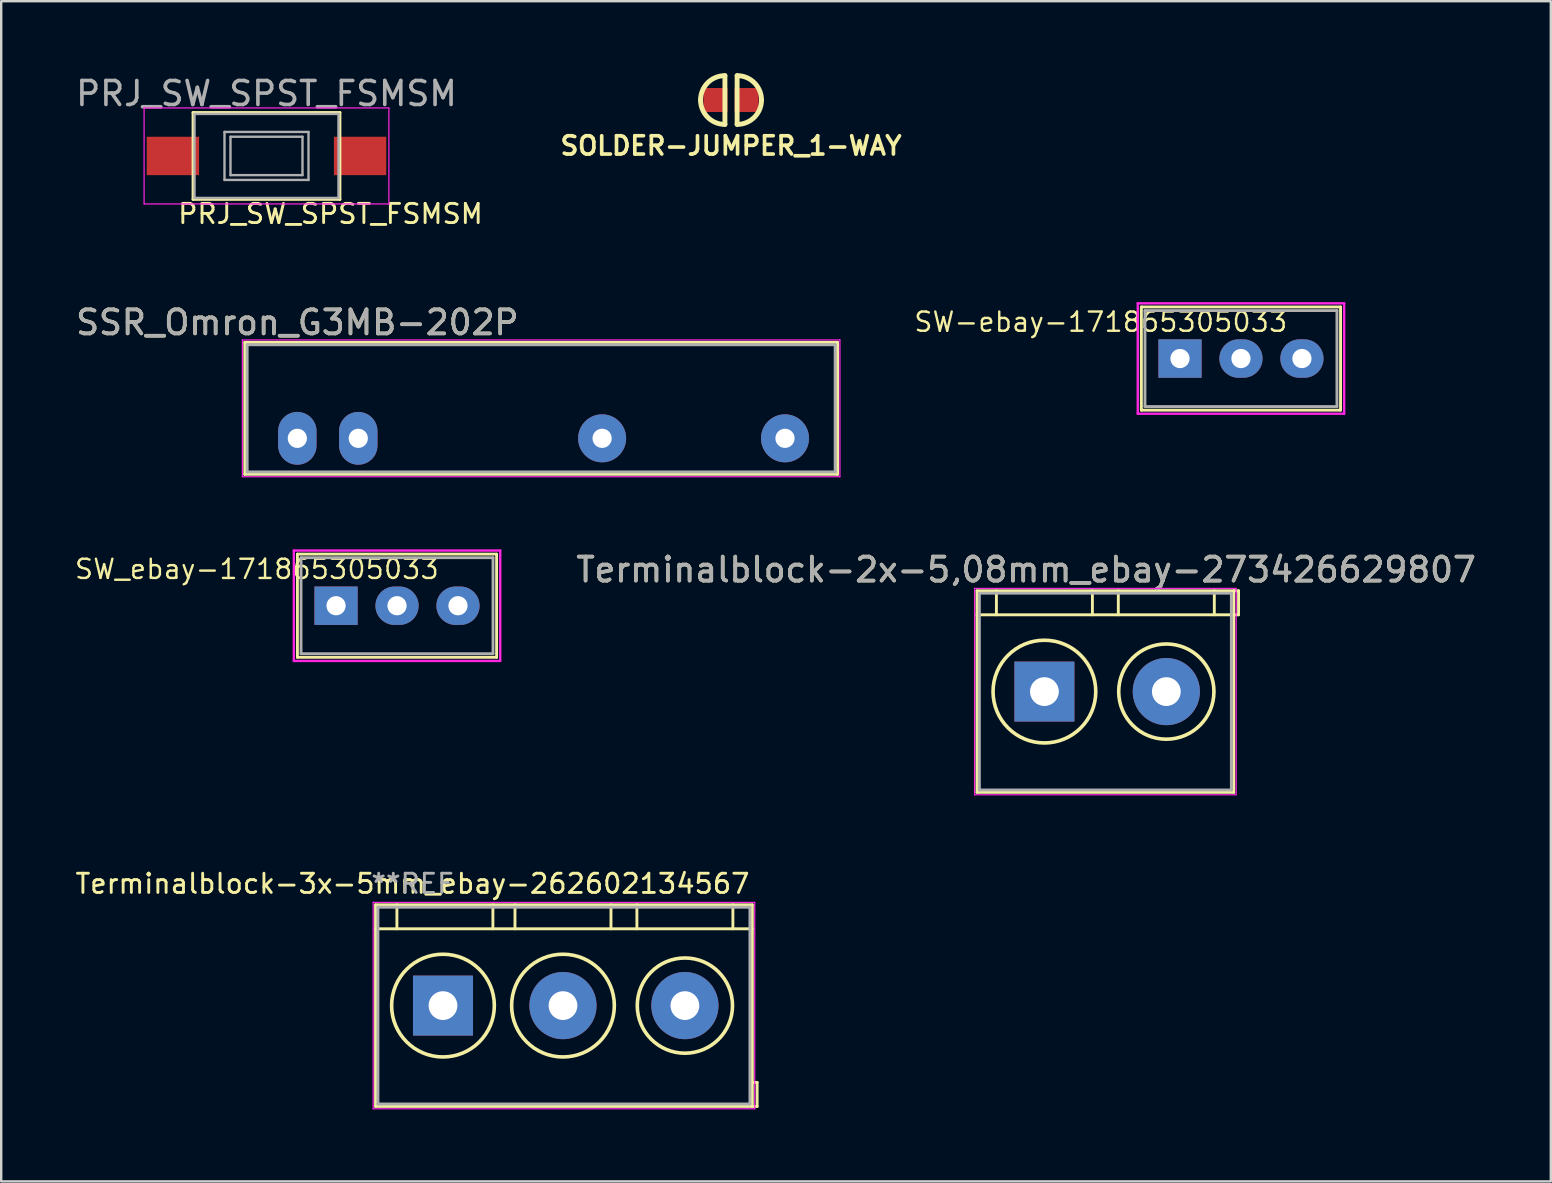
<source format=kicad_pcb>
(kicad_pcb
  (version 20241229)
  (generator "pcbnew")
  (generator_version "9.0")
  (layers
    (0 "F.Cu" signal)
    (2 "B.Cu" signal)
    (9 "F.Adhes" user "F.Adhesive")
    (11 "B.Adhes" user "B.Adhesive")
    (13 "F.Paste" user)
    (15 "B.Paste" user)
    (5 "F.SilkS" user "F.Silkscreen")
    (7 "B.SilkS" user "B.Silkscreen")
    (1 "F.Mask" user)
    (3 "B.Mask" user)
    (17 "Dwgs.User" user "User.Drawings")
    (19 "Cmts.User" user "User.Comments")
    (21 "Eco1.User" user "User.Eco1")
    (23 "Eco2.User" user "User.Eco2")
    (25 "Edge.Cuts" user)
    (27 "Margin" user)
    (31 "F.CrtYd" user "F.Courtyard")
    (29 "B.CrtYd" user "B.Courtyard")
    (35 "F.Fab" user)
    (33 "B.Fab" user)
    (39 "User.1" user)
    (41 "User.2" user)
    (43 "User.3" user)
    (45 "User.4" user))
  (footprint "SOLDER-JUMPER_1-WAY"
    (layer "F.Cu")
    (at 27.41 1.118)
    (property "Reference" "SOLDER-JUMPER_1-WAY" (at 0 1.905 0) (layer "F.SilkS") (effects (font (size 0.762 0.762) (thickness 0.152))))
    (attr through_hole)
    (fp_line (start -0.254 -1.016) (end -0.254 1.016) (stroke (width 0.203) (type solid)) (layer "F.SilkS"))
    (fp_line (start 0.254 1.016) (end 0.254 -1.016) (stroke (width 0.203) (type solid)) (layer "F.SilkS"))
    (fp_arc (start -1.27 0) (mid -0.97242 -0.71842) (end -0.254 -1.016) (stroke (width 0.2032) (type solid)) (layer "F.SilkS"))
    (fp_arc (start -0.254 1.016) (mid -0.97242 0.71842) (end -1.27 0) (stroke (width 0.2032) (type solid)) (layer "F.SilkS"))
    (fp_arc (start 0.254 -1.016) (mid 0.97242 -0.71842) (end 1.27 0) (stroke (width 0.2032) (type solid)) (layer "F.SilkS"))
    (fp_arc (start 1.27 0) (mid 0.97242 0.71842) (end 0.254 1.016) (stroke (width 0.2032) (type solid)) (layer "F.SilkS"))
    (pad "1" smd rect (at -0.65 0) (size 1 1) (layers "F.Cu" "F.Mask" "F.Paste"))
    (pad "2" smd rect (at 0.65 0) (size 1 1) (layers "F.Cu" "F.Mask" "F.Paste")))
  (footprint "SW-ebay-171865305033"
    (layer "F.Cu")
    (at 48.658 11.89)
    (property "Reference" "SW-ebay-171865305033" (at -5.842 -1.524 0) (layer "F.SilkS") (effects (font (size 0.8 0.8) (thickness 0.1))))
    (attr through_hole)
    (fp_line (start -4.15 -2.15) (end 4.15 -2.15) (stroke (width 0.12) (type solid)) (layer "F.SilkS"))
    (fp_line (start -4.15 2.15) (end -4.15 -2.15) (stroke (width 0.12) (type solid)) (layer "F.SilkS"))
    (fp_line (start 4.15 -2.15) (end 4.15 2.15) (stroke (width 0.12) (type solid)) (layer "F.SilkS"))
    (fp_line (start 4.15 2.15) (end -4.15 2.15) (stroke (width 0.12) (type solid)) (layer "F.SilkS"))
    (fp_line (start -4.3 -2.3) (end 4.3 -2.3) (stroke (width 0.1) (type solid)) (layer "F.CrtYd"))
    (fp_line (start -4.3 2.3) (end -4.3 -2.3) (stroke (width 0.1) (type solid)) (layer "F.CrtYd"))
    (fp_line (start 4.3 -2.3) (end 4.3 2.3) (stroke (width 0.1) (type solid)) (layer "F.CrtYd"))
    (fp_line (start 4.3 2.3) (end -4.3 2.3) (stroke (width 0.1) (type solid)) (layer "F.CrtYd"))
    (fp_line (start -4 -2) (end 4 -2) (stroke (width 0.12) (type solid)) (layer "F.Fab"))
    (fp_line (start -4 2) (end -4 -2) (stroke (width 0.12) (type solid)) (layer "F.Fab"))
    (fp_line (start 4 -2) (end 4 2) (stroke (width 0.12) (type solid)) (layer "F.Fab"))
    (fp_line (start 4 2) (end -4 2) (stroke (width 0.12) (type solid)) (layer "F.Fab"))
    (pad "1" thru_hole rect (at -2.54 0) (size 1.8 1.6) (drill 0.8) (layers "*.Cu" "*.Mask"))
    (pad "2" thru_hole oval (at 0 0) (size 1.8 1.6) (drill 0.8) (layers "*.Cu" "*.Mask"))
    (pad "3" thru_hole oval (at 2.54 0) (size 1.8 1.6) (drill 0.8) (layers "*.Cu" "*.Mask")))
  (footprint "PRJ_SW_SPST_FSMSM"
    (layer "F.Cu")
    (at 8.054 3.448)
    (property "Reference" "PRJ_SW_SPST_FSMSM" (at 2.667 2.413 0) (layer "F.SilkS") (effects (font (size 0.8 0.8) (thickness 0.12))))
    (attr smd)
    (fp_line (start -3.06 -1.81) (end 3.06 -1.81) (stroke (width 0.12) (type solid)) (layer "F.SilkS"))
    (fp_line (start -3.06 1.81) (end -3.06 -1.81) (stroke (width 0.12) (type solid)) (layer "F.SilkS"))
    (fp_line (start 3.06 -1.81) (end 3.06 1.81) (stroke (width 0.12) (type solid)) (layer "F.SilkS"))
    (fp_line (start 3.06 1.81) (end -3.06 1.81) (stroke (width 0.12) (type solid)) (layer "F.SilkS"))
    (fp_line (start -5.1 -2) (end -5.1 2) (stroke (width 0.05) (type solid)) (layer "F.CrtYd"))
    (fp_line (start -5.1 -2) (end 5.1 -2) (stroke (width 0.05) (type solid)) (layer "F.CrtYd"))
    (fp_line (start -5.1 2) (end 5.1 2) (stroke (width 0.05) (type solid)) (layer "F.CrtYd"))
    (fp_line (start 5.1 -2) (end 5.1 2) (stroke (width 0.05) (type solid)) (layer "F.CrtYd"))
    (fp_line (start -3 -1.75) (end -3 1.75) (stroke (width 0.1) (type solid)) (layer "F.Fab"))
    (fp_line (start -3 -1.75) (end 3 -1.75) (stroke (width 0.1) (type solid)) (layer "F.Fab"))
    (fp_line (start -3 1.75) (end 3 1.75) (stroke (width 0.1) (type solid)) (layer "F.Fab"))
    (fp_line (start -1.75 -1) (end 1.75 -1) (stroke (width 0.1) (type solid)) (layer "F.Fab"))
    (fp_line (start -1.75 1) (end -1.75 -1) (stroke (width 0.1) (type solid)) (layer "F.Fab"))
    (fp_line (start -1.5 -0.8) (end -1.5 0.8) (stroke (width 0.1) (type solid)) (layer "F.Fab"))
    (fp_line (start -1.5 -0.8) (end 1.5 -0.8) (stroke (width 0.1) (type solid)) (layer "F.Fab"))
    (fp_line (start -1.5 0.8) (end 1.5 0.8) (stroke (width 0.1) (type solid)) (layer "F.Fab"))
    (fp_line (start 1.5 -0.8) (end 1.5 0.8) (stroke (width 0.1) (type solid)) (layer "F.Fab"))
    (fp_line (start 1.75 -1) (end 1.75 1) (stroke (width 0.1) (type solid)) (layer "F.Fab"))
    (fp_line (start 1.75 1) (end -1.75 1) (stroke (width 0.1) (type solid)) (layer "F.Fab"))
    (fp_line (start 3 -1.75) (end 3 1.75) (stroke (width 0.1) (type solid)) (layer "F.Fab"))
    (fp_text user "${REFERENCE}" (at 0 -2.6 0) (layer "F.Fab") (effects (font (size 1 1) (thickness 0.15))))
    (pad "1" smd rect (at -3.9 0) (size 2.18 1.6) (layers "F.Cu" "F.Mask" "F.Paste"))
    (pad "2" smd rect (at 3.9 0) (size 2.18 1.6) (layers "F.Cu" "F.Mask" "F.Paste")))
  (footprint "SW_ebay-171865305033"
    (layer "F.Cu")
    (at 13.493 22.189)
    (property "Reference" "SW_ebay-171865305033" (at -5.842 -1.524 0) (layer "F.SilkS") (effects (font (size 0.8 0.8) (thickness 0.1))))
    (attr through_hole)
    (fp_line (start -4.15 -2.15) (end 4.15 -2.15) (stroke (width 0.12) (type solid)) (layer "F.SilkS"))
    (fp_line (start -4.15 2.15) (end -4.15 -2.15) (stroke (width 0.12) (type solid)) (layer "F.SilkS"))
    (fp_line (start 4.15 -2.15) (end 4.15 2.15) (stroke (width 0.12) (type solid)) (layer "F.SilkS"))
    (fp_line (start 4.15 2.15) (end -4.15 2.15) (stroke (width 0.12) (type solid)) (layer "F.SilkS"))
    (fp_line (start -4.3 -2.3) (end 4.3 -2.3) (stroke (width 0.1) (type solid)) (layer "F.CrtYd"))
    (fp_line (start -4.3 2.3) (end -4.3 -2.3) (stroke (width 0.1) (type solid)) (layer "F.CrtYd"))
    (fp_line (start 4.3 -2.3) (end 4.3 2.3) (stroke (width 0.1) (type solid)) (layer "F.CrtYd"))
    (fp_line (start 4.3 2.3) (end -4.3 2.3) (stroke (width 0.1) (type solid)) (layer "F.CrtYd"))
    (fp_line (start -4 -2) (end 4 -2) (stroke (width 0.12) (type solid)) (layer "F.Fab"))
    (fp_line (start -4 2) (end -4 -2) (stroke (width 0.12) (type solid)) (layer "F.Fab"))
    (fp_line (start 4 -2) (end 4 2) (stroke (width 0.12) (type solid)) (layer "F.Fab"))
    (fp_line (start 4 2) (end -4 2) (stroke (width 0.12) (type solid)) (layer "F.Fab"))
    (pad "1" thru_hole rect (at -2.54 0) (size 1.8 1.6) (drill 0.8) (layers "*.Cu" "*.Mask"))
    (pad "2" thru_hole oval (at 0 0) (size 1.8 1.6) (drill 0.8) (layers "*.Cu" "*.Mask"))
    (pad "3" thru_hole oval (at 2.54 0) (size 1.8 1.6) (drill 0.8) (layers "*.Cu" "*.Mask")))
  (footprint "Terminalblock-2x-5,08mm_ebay-273426629807"
    (layer "F.Cu")
    (at 40.468 25.767)
    (property "Reference" "Terminalblock-2x-5,08mm_ebay-273426629807" (at -0.762 -5.08 0) (layer "F.SilkS") (effects (font (size 1 1) (thickness 0.15))))
    (attr through_hole)
    (fp_line (start -2.81 -4.2) (end 7.89 -4.2) (stroke (width 0.12) (type solid)) (layer "F.SilkS"))
    (fp_line (start -2.81 -3.2) (end 7.89 -3.2) (stroke (width 0.12) (type solid)) (layer "F.SilkS"))
    (fp_line (start -2.81 4.2) (end -2.81 -4.2) (stroke (width 0.12) (type solid)) (layer "F.SilkS"))
    (fp_line (start -2 -4.2) (end -2 -3.2) (stroke (width 0.12) (type solid)) (layer "F.SilkS"))
    (fp_line (start 2 -4.2) (end 2 -3.2) (stroke (width 0.12) (type solid)) (layer "F.SilkS"))
    (fp_line (start 3.08 -4.2) (end 3.08 -3.2) (stroke (width 0.12) (type solid)) (layer "F.SilkS"))
    (fp_line (start 7.08 -4.2) (end 7.08 -3.2) (stroke (width 0.12) (type solid)) (layer "F.SilkS"))
    (fp_line (start 7.89 -4.2) (end 7.89 4.2) (stroke (width 0.12) (type solid)) (layer "F.SilkS"))
    (fp_line (start 7.89 -3.2) (end 8.09 -3.2) (stroke (width 0.12) (type solid)) (layer "F.SilkS"))
    (fp_line (start 7.89 4.2) (end -2.81 4.2) (stroke (width 0.12) (type solid)) (layer "F.SilkS"))
    (fp_line (start 8.09 -4.2) (end 7.89 -4.2) (stroke (width 0.12) (type solid)) (layer "F.SilkS"))
    (fp_line (start 8.09 -3.2) (end 8.09 -4.2) (stroke (width 0.12) (type solid)) (layer "F.SilkS"))
    (fp_circle (center 0 0) (end 2.06 -0.58) (stroke (width 0.15) (type solid)) (fill no) (layer "F.SilkS"))
    (fp_circle (center 5.08 0) (end 7 -0.5) (stroke (width 0.15) (type solid)) (fill no) (layer "F.SilkS"))
    (fp_line (start -2.91 -4.3) (end 7.99 -4.3) (stroke (width 0.05) (type solid)) (layer "F.CrtYd"))
    (fp_line (start -2.91 4.3) (end -2.91 -4.3) (stroke (width 0.05) (type solid)) (layer "F.CrtYd"))
    (fp_line (start 7.99 -4.3) (end 7.99 4.3) (stroke (width 0.05) (type solid)) (layer "F.CrtYd"))
    (fp_line (start 7.99 4.3) (end -2.91 4.3) (stroke (width 0.05) (type solid)) (layer "F.CrtYd"))
    (fp_line (start -2.71 -4.1) (end -2.71 4.1) (stroke (width 0.12) (type solid)) (layer "F.Fab"))
    (fp_line (start -2.71 4.1) (end 7.79 4.1) (stroke (width 0.12) (type solid)) (layer "F.Fab"))
    (fp_line (start 7.79 -4.1) (end -2.71 -4.1) (stroke (width 0.12) (type solid)) (layer "F.Fab"))
    (fp_line (start 7.79 4.1) (end 7.79 -4.1) (stroke (width 0.12) (type solid)) (layer "F.Fab"))
    (fp_text user "${REFERENCE}" (at -0.762 -5.08 0) (layer "F.Fab") (effects (font (size 1 1) (thickness 0.15))))
    (pad "1" thru_hole rect (at 0 0) (size 2.5 2.5) (drill 1.2) (layers "*.Cu" "*.Mask"))
    (pad "2" thru_hole circle (at 5.08 0) (size 2.8 2.8) (drill 1.2) (layers "*.Cu" "*.Mask")))
  (footprint "Terminalblock-3x-5mm_ebay-262602134567"
    (layer "F.Cu")
    (at 15.408 38.851)
    (property "Reference" "Terminalblock-3x-5mm_ebay-262602134567" (at -1.27 -5.08 0) (layer "F.SilkS") (effects (font (size 0.8 0.8) (thickness 0.12))))
    (attr through_hole)
    (fp_line (start -2.81 -4.2) (end 12.89 -4.2) (stroke (width 0.12) (type solid)) (layer "F.SilkS"))
    (fp_line (start -2.81 -3.2) (end 12.89 -3.2) (stroke (width 0.12) (type solid)) (layer "F.SilkS"))
    (fp_line (start -2.81 4.2) (end -2.81 -4.2) (stroke (width 0.12) (type solid)) (layer "F.SilkS"))
    (fp_line (start -1.92 -4.2) (end -1.92 -3.2) (stroke (width 0.12) (type solid)) (layer "F.SilkS"))
    (fp_line (start 2.08 -4.2) (end 2.08 -3.2) (stroke (width 0.12) (type solid)) (layer "F.SilkS"))
    (fp_line (start 3 -4.2) (end 3 -3.2) (stroke (width 0.12) (type solid)) (layer "F.SilkS"))
    (fp_line (start 7 -4.2) (end 7 -3.2) (stroke (width 0.12) (type solid)) (layer "F.SilkS"))
    (fp_line (start 8.08 -4.2) (end 8.08 -3.2) (stroke (width 0.12) (type solid)) (layer "F.SilkS"))
    (fp_line (start 12.08 -4.2) (end 12.08 -3.2) (stroke (width 0.12) (type solid)) (layer "F.SilkS"))
    (fp_line (start 12.89 -4.2) (end 12.89 4.2) (stroke (width 0.12) (type solid)) (layer "F.SilkS"))
    (fp_line (start 12.89 3.2) (end 13.09 3.2) (stroke (width 0.12) (type solid)) (layer "F.SilkS"))
    (fp_line (start 12.89 4.2) (end -2.81 4.2) (stroke (width 0.12) (type solid)) (layer "F.SilkS"))
    (fp_line (start 13.09 3.2) (end 13.09 4.2) (stroke (width 0.12) (type solid)) (layer "F.SilkS"))
    (fp_line (start 13.09 4.2) (end 12.89 4.2) (stroke (width 0.12) (type solid)) (layer "F.SilkS"))
    (fp_circle (center 0 0) (end 2.06 -0.58) (stroke (width 0.15) (type solid)) (fill no) (layer "F.SilkS"))
    (fp_circle (center 5 0) (end 7.06 -0.58) (stroke (width 0.15) (type solid)) (fill no) (layer "F.SilkS"))
    (fp_circle (center 10.08 0) (end 12 -0.5) (stroke (width 0.15) (type solid)) (fill no) (layer "F.SilkS"))
    (fp_line (start -2.91 -4.3) (end 12.99 -4.3) (stroke (width 0.05) (type solid)) (layer "F.CrtYd"))
    (fp_line (start -2.91 4.3) (end -2.91 -4.3) (stroke (width 0.05) (type solid)) (layer "F.CrtYd"))
    (fp_line (start 12.99 -4.3) (end 12.99 4.3) (stroke (width 0.05) (type solid)) (layer "F.CrtYd"))
    (fp_line (start 12.99 4.3) (end -2.91 4.3) (stroke (width 0.05) (type solid)) (layer "F.CrtYd"))
    (fp_line (start -2.71 -4.1) (end -2.71 4.1) (stroke (width 0.12) (type solid)) (layer "F.Fab"))
    (fp_line (start -2.71 4.1) (end 12.79 4.1) (stroke (width 0.12) (type solid)) (layer "F.Fab"))
    (fp_line (start 12.79 -4.1) (end -2.71 -4.1) (stroke (width 0.12) (type solid)) (layer "F.Fab"))
    (fp_line (start 12.79 4.1) (end 12.79 -4.1) (stroke (width 0.12) (type solid)) (layer "F.Fab"))
    (fp_text user "**REF" (at -1.27 -5.08 0) (layer "F.Fab") (effects (font (size 0.8 0.8) (thickness 0.12))))
    (pad "1" thru_hole rect (at 0 0) (size 2.5 2.5) (drill 1.2) (layers "*.Cu" "*.Mask"))
    (pad "2" thru_hole circle (at 5 0) (size 2.8 2.8) (drill 1.2) (layers "*.Cu" "*.Mask"))
    (pad "3" thru_hole circle (at 10.08 0) (size 2.8 2.8) (drill 1.2) (layers "*.Cu" "*.Mask")))
  (footprint "SSR_Omron_G3MB-202P"
    (layer "F.Cu")
    (at 19.499 15.214)
    (property "Reference" "SSR_Omron_G3MB-202P" (at -10.16 -4.826 0) (layer "F.SilkS") (effects (font (size 1 1) (thickness 0.15))))
    (attr through_hole)
    (fp_line (start -12.35 -4) (end -12.35 1.5) (stroke (width 0.12) (type solid)) (layer "F.SilkS"))
    (fp_line (start -12.35 -4) (end 12.35 -4) (stroke (width 0.12) (type solid)) (layer "F.SilkS"))
    (fp_line (start -12.35 1.5) (end 12.35 1.5) (stroke (width 0.12) (type solid)) (layer "F.SilkS"))
    (fp_line (start 12.35 -4) (end 12.35 1.5) (stroke (width 0.12) (type solid)) (layer "F.SilkS"))
    (fp_line (start -12.45 -4.1) (end -12.45 1.6) (stroke (width 0.05) (type solid)) (layer "F.CrtYd"))
    (fp_line (start -12.45 -4.1) (end 12.45 -4.1) (stroke (width 0.05) (type solid)) (layer "F.CrtYd"))
    (fp_line (start -12.45 1.6) (end 12.45 1.6) (stroke (width 0.05) (type solid)) (layer "F.CrtYd"))
    (fp_line (start 12.45 -4.1) (end 12.45 1.6) (stroke (width 0.05) (type solid)) (layer "F.CrtYd"))
    (fp_line (start -12.25 -3.9) (end -12.25 1.4) (stroke (width 0.12) (type solid)) (layer "F.Fab"))
    (fp_line (start -12.25 -3.9) (end 12.25 -3.9) (stroke (width 0.12) (type solid)) (layer "F.Fab"))
    (fp_line (start -12.25 1.4) (end 12.25 1.4) (stroke (width 0.12) (type solid)) (layer "F.Fab"))
    (fp_line (start 12.25 -3.9) (end 12.25 1.4) (stroke (width 0.12) (type solid)) (layer "F.Fab"))
    (fp_text user "${REFERENCE}" (at -10.16 -4.826 0) (layer "F.Fab") (effects (font (size 1 1) (thickness 0.15))))
    (pad "1" thru_hole circle (at 10.16 0 180) (size 2 2) (drill 0.8) (layers "*.Cu" "*.Mask"))
    (pad "2" thru_hole circle (at 2.54 0 180) (size 2 2) (drill 0.8) (layers "*.Cu" "*.Mask"))
    (pad "3" thru_hole oval (at -7.62 0 180) (size 1.6 2.2) (drill 0.8) (layers "*.Cu" "*.Mask"))
    (pad "4" thru_hole oval (at -10.16 0 180) (size 1.6 2.2) (drill 0.8) (layers "*.Cu" "*.Mask")))
  (gr_rect
    (start -3 -3)
    (end 61.569 46.176)
    (stroke (width 0.1) (type default))
    (fill no)
    (layer "Edge.Cuts")))
</source>
